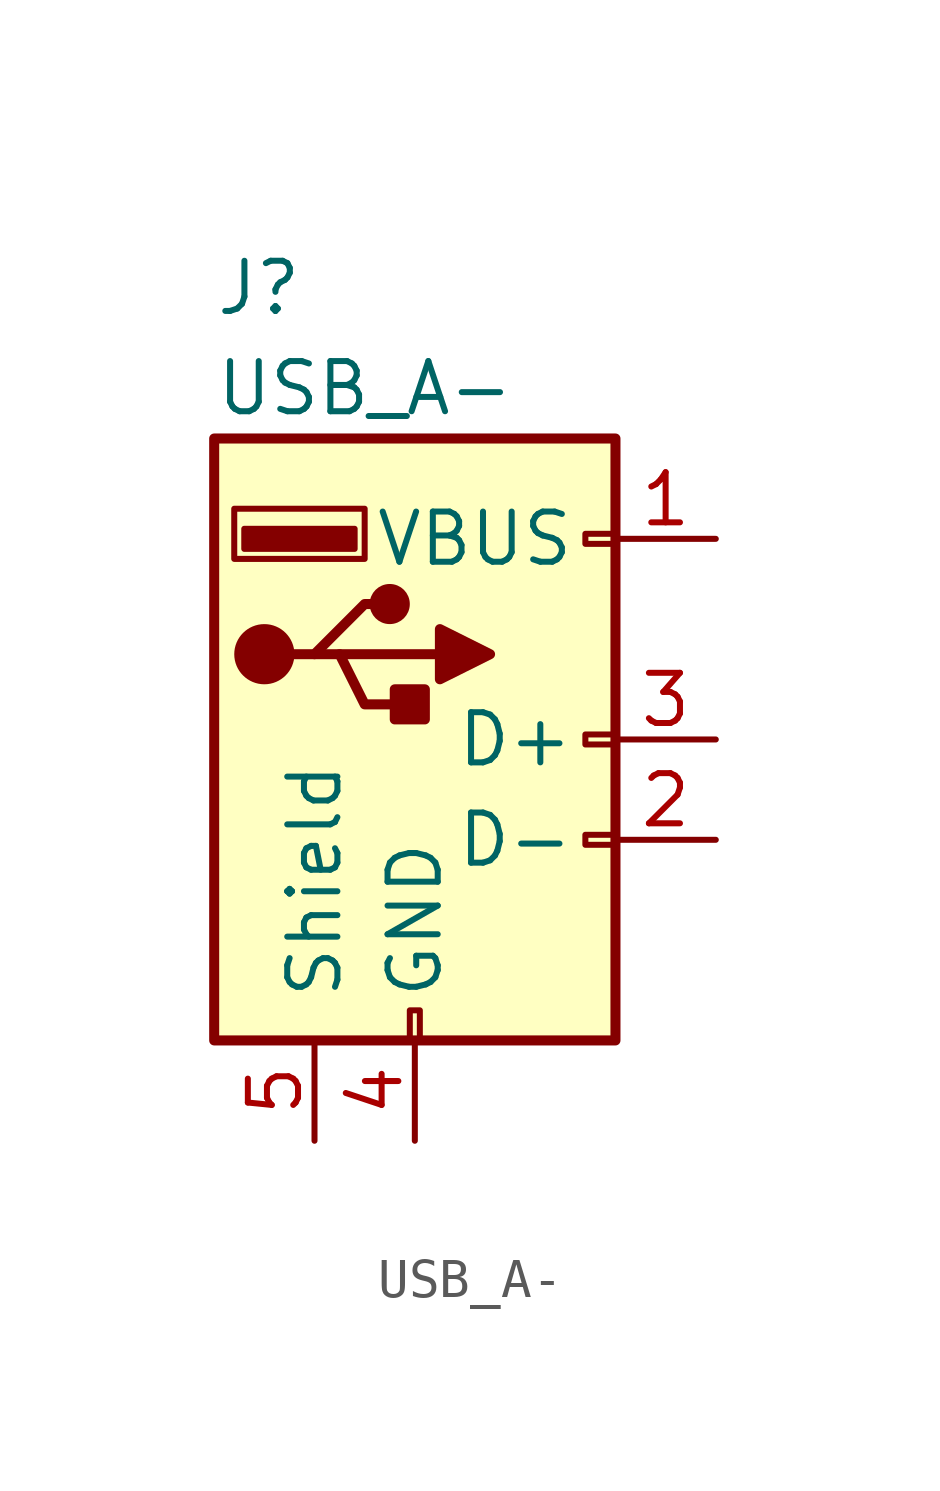
<source format=kicad_sym>
(kicad_symbol_lib
  (version 20231120)
  (generator "kicad_symbol_editor")
  (generator_version "8.0")
  (symbol "USB_A-"
    (pin_names
      (offset 1.016))
    (property "Reference" "J"
      (at -5.08 11.43 0)
      (effects (font (size 1.27 1.27)) (justify left)))
    (property "Value" "USB_A-"
      (at -5.08 8.89 0)
      (effects (font (size 1.27 1.27)) (justify left)))
    (symbol "USB_A-_0_1"
      (rectangle (start -5.08 -7.62) (end 5.08 7.62) (stroke (width 0.254) (type solid)) (fill (type background)))
      (circle (center -3.81 2.159) (radius 0.635) (stroke (width 0.254) (type solid)) (fill (type outline)))
      (rectangle (start -1.524 4.826) (end -4.318 5.334) (stroke (width 0) (type solid)) (fill (type outline)))
      (rectangle (start -1.27 4.572) (end -4.572 5.842) (stroke (width 0) (type solid)) (fill (type none)))
      (circle (center -0.635 3.429) (radius 0.381) (stroke (width 0.254) (type solid)) (fill (type outline)))
      (rectangle (start -0.127 -7.62) (end 0.127 -6.858) (stroke (width 0) (type solid)) (fill (type none)))
      (polyline (pts (xy -3.175 2.159) (xy -2.54 2.159) (xy -1.27 3.429) (xy -0.635 3.429)) (stroke (width 0.254) (type solid)) (fill (type none)))
      (polyline (pts (xy -2.54 2.159) (xy -1.905 2.159) (xy -1.27 0.889) (xy 0 0.889)) (stroke (width 0.254) (type solid)) (fill (type none)))
      (polyline (pts (xy 0.635 2.794) (xy 0.635 1.524) (xy 1.905 2.159) (xy 0.635 2.794)) (stroke (width 0.254) (type solid)) (fill (type outline)))
      (rectangle (start 0.254 1.27) (end -0.508 0.508) (stroke (width 0.254) (type solid)) (fill (type outline)))
      (rectangle (start 5.08 -2.667) (end 4.318 -2.413) (stroke (width 0) (type solid)) (fill (type none)))
      (rectangle (start 5.08 -0.127) (end 4.318 0.127) (stroke (width 0) (type solid)) (fill (type none)))
      (rectangle (start 5.08 4.953) (end 4.318 5.207) (stroke (width 0) (type solid)) (fill (type none))))
    (symbol "USB_A-_1_1"
      (polyline (pts (xy -1.905 2.159) (xy 0.635 2.159)) (stroke (width 0.254) (type solid)) (fill (type none)))
      (pin power_in line (at 7.62 5.08 180) (length 2.54) (name "VBUS" (effects (font (size 1.27 1.27)))) (number "1" (effects (font (size 1.27 1.27)))))
      (pin passive line (at 7.62 -2.54 180) (length 2.54) (name "D-" (effects (font (size 1.27 1.27)))) (number "2" (effects (font (size 1.27 1.27)))))
      (pin passive line (at 7.62 0 180) (length 2.54) (name "D+" (effects (font (size 1.27 1.27)))) (number "3" (effects (font (size 1.27 1.27)))))
      (pin power_in line (at 0 -10.16 90) (length 2.54) (name "GND" (effects (font (size 1.27 1.27)))) (number "4" (effects (font (size 1.27 1.27)))))
      (pin passive line (at -2.54 -10.16 90) (length 2.54) (name "Shield" (effects (font (size 1.27 1.27)))) (number "5" (effects (font (size 1.27 1.27))))))))
</source>
